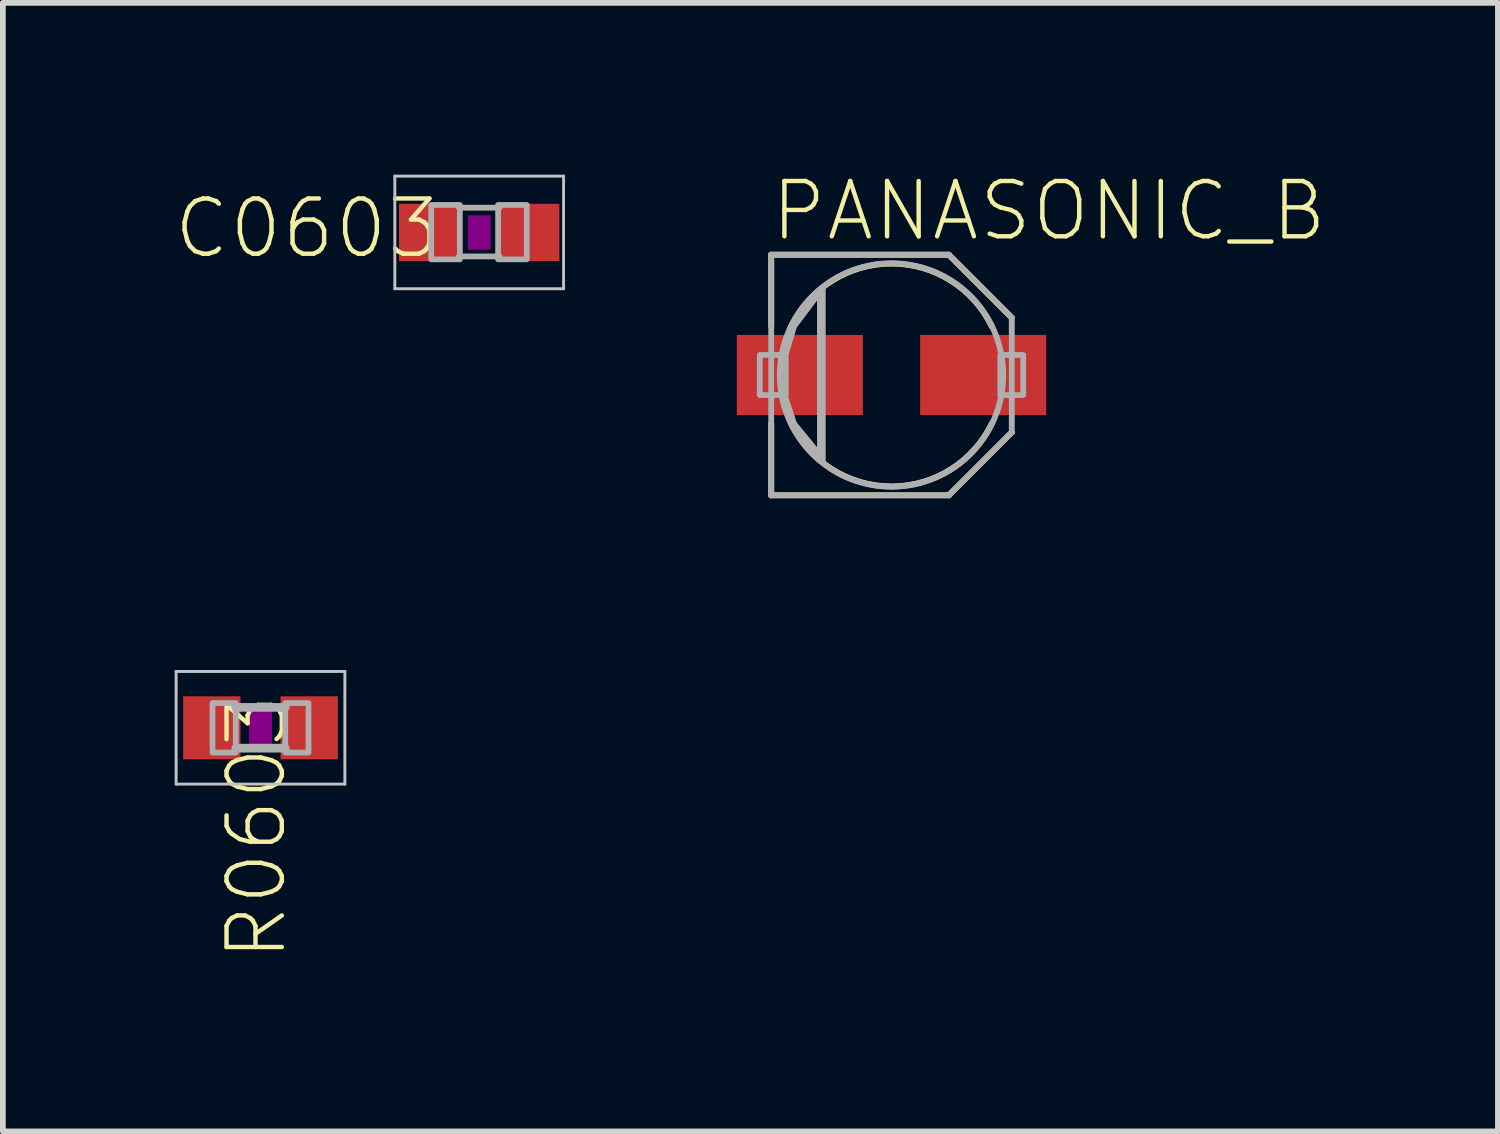
<source format=kicad_pcb>
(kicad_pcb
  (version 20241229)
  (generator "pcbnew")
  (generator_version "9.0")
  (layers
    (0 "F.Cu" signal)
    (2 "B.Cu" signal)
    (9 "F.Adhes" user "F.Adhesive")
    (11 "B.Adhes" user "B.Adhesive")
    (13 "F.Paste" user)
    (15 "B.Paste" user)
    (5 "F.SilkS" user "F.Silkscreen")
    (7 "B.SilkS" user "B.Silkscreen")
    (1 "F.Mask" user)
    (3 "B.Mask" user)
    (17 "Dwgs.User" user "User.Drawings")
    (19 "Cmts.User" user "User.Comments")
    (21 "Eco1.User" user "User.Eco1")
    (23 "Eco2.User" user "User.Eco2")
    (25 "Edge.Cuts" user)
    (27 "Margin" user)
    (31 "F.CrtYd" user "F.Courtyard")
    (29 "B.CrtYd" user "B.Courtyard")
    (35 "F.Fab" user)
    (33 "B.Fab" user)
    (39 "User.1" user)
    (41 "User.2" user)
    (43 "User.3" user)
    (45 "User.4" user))
  (footprint "PANASONIC_B"
    (layer "F.Cu")
    (at 12.514 3.497)
    (property "Reference" "PANASONIC_B" (at -2.15 -2.3 0) (layer "F.SilkS") (effects (font (size 0.965 0.965) (thickness 0.077)) (justify left bottom)))
    (attr through_hole)
    (fp_line (start -2.1 -2.1) (end 1 -2.1) (stroke (width 0.102) (type solid)) (layer "F.SilkS"))
    (fp_line (start -2.1 -0.85) (end -2.1 -2.1) (stroke (width 0.102) (type solid)) (layer "F.SilkS"))
    (fp_line (start -2.1 2.1) (end -2.1 0.85) (stroke (width 0.102) (type solid)) (layer "F.SilkS"))
    (fp_line (start 1 -2.1) (end 2.1 -1) (stroke (width 0.102) (type solid)) (layer "F.SilkS"))
    (fp_line (start 1 2.1) (end -2.1 2.1) (stroke (width 0.102) (type solid)) (layer "F.SilkS"))
    (fp_line (start 2.1 1) (end 1 2.1) (stroke (width 0.102) (type solid)) (layer "F.SilkS"))
    (fp_arc (start -1.75 -0.85) (mid 0 -1.945508) (end 1.75 -0.85) (stroke (width 0.1016) (type solid)) (layer "F.SilkS"))
    (fp_arc (start 1.75 0.85) (mid 0 1.945508) (end -1.75 0.85) (stroke (width 0.1016) (type solid)) (layer "F.SilkS"))
    (fp_line (start -2.1 -2.1) (end 1 -2.1) (stroke (width 0.102) (type solid)) (layer "F.Fab"))
    (fp_line (start -2.1 2.1) (end -2.1 -2.1) (stroke (width 0.102) (type solid)) (layer "F.Fab"))
    (fp_line (start -1.2 -1.5) (end -1.2 1.5) (stroke (width 0.102) (type solid)) (layer "F.Fab"))
    (fp_line (start 1 -2.1) (end 2.1 -1) (stroke (width 0.102) (type solid)) (layer "F.Fab"))
    (fp_line (start 1 2.1) (end -2.1 2.1) (stroke (width 0.102) (type solid)) (layer "F.Fab"))
    (fp_line (start 2.1 -1) (end 2.1 1) (stroke (width 0.102) (type solid)) (layer "F.Fab"))
    (fp_line (start 2.1 1) (end 1 2.1) (stroke (width 0.102) (type solid)) (layer "F.Fab"))
    (fp_circle (center 0 0) (end 1.95 0) (stroke (width 0.102) (type solid)) (fill no) (layer "F.Fab"))
    (fp_poly (pts (xy -2.3 0.35) (xy -1.85 0.35) (xy -1.85 -0.35) (xy -2.3 -0.35)) (stroke (width 0.1) (type solid)) (fill no) (layer "F.Fab"))
    (fp_poly (pts (xy 1.9 0.35) (xy 2.3 0.35) (xy 2.3 -0.35) (xy 1.9 -0.35)) (stroke (width 0.1) (type solid)) (fill no) (layer "F.Fab"))
    (fp_poly (pts (xy -1.25 -1.45) (xy -1.7 -0.85) (xy -1.85 -0.35) (xy -1.85 0.4) (xy -1.7 0.85) (xy -1.25 1.4) (xy -1.25 -1.4)) (stroke (width 0.1) (type solid)) (fill no) (layer "F.Fab"))
    (pad "+" smd rect (at 1.6 0) (size 2.2 1.4) (layers "F.Cu" "F.Mask" "F.Paste"))
    (pad "-" smd rect (at -1.6 0) (size 2.2 1.4) (layers "F.Cu" "F.Mask" "F.Paste")))
  (footprint "R0603"
    (layer "F.Cu")
    (at 1.498 9.656)
    (property "Reference" "R0603" (at -0.635 -0.635 90) (layer "F.SilkS") (effects (font (size 0.965 0.965) (thickness 0.077)) (justify right top)))
    (attr through_hole)
    (fp_poly (pts (xy -0.2 0.4) (xy 0.2 0.4) (xy 0.2 -0.4) (xy -0.2 -0.4)) (stroke (width 0) (type solid)) (fill yes) (layer "F.Adhes"))
    (fp_line (start -1.473 -0.983) (end 1.473 -0.983) (stroke (width 0.051) (type solid)) (layer "Dwgs.User"))
    (fp_line (start -1.473 0.983) (end -1.473 -0.983) (stroke (width 0.051) (type solid)) (layer "Dwgs.User"))
    (fp_line (start 1.473 -0.983) (end 1.473 0.983) (stroke (width 0.051) (type solid)) (layer "Dwgs.User"))
    (fp_line (start 1.473 0.983) (end -1.473 0.983) (stroke (width 0.051) (type solid)) (layer "Dwgs.User"))
    (fp_line (start -0.432 0.356) (end 0.432 0.356) (stroke (width 0.152) (type solid)) (layer "F.Fab"))
    (fp_line (start 0.432 -0.356) (end -0.432 -0.356) (stroke (width 0.152) (type solid)) (layer "F.Fab"))
    (fp_poly (pts (xy -0.838 0.432) (xy -0.432 0.432) (xy -0.432 -0.432) (xy -0.838 -0.432)) (stroke (width 0.1) (type solid)) (fill no) (layer "F.Fab"))
    (fp_poly (pts (xy 0.432 0.432) (xy 0.838 0.432) (xy 0.838 -0.432) (xy 0.432 -0.432)) (stroke (width 0.1) (type solid)) (fill no) (layer "F.Fab"))
    (pad "1" smd rect (at -0.85 0) (size 1 1.1) (layers "F.Cu" "F.Mask" "F.Paste"))
    (pad "2" smd rect (at 0.85 0) (size 1 1.1) (layers "F.Cu" "F.Mask" "F.Paste")))
  (footprint "C0603"
    (layer "F.Cu")
    (at 5.316 1.008)
    (property "Reference" "C0603" (at -0.635 -0.635 0) (layer "F.SilkS") (effects (font (size 0.965 0.965) (thickness 0.077)) (justify right top)))
    (attr through_hole)
    (fp_poly (pts (xy -0.2 0.3) (xy 0.2 0.3) (xy 0.2 -0.3) (xy -0.2 -0.3)) (stroke (width 0) (type solid)) (fill yes) (layer "F.Adhes"))
    (fp_line (start -1.473 -0.983) (end 1.473 -0.983) (stroke (width 0.051) (type solid)) (layer "Dwgs.User"))
    (fp_line (start -1.473 0.983) (end -1.473 -0.983) (stroke (width 0.051) (type solid)) (layer "Dwgs.User"))
    (fp_line (start 1.473 -0.983) (end 1.473 0.983) (stroke (width 0.051) (type solid)) (layer "Dwgs.User"))
    (fp_line (start 1.473 0.983) (end -1.473 0.983) (stroke (width 0.051) (type solid)) (layer "Dwgs.User"))
    (fp_line (start -0.356 -0.432) (end 0.356 -0.432) (stroke (width 0.102) (type solid)) (layer "F.Fab"))
    (fp_line (start -0.356 0.419) (end 0.356 0.419) (stroke (width 0.102) (type solid)) (layer "F.Fab"))
    (fp_poly (pts (xy -0.838 0.47) (xy -0.338 0.47) (xy -0.338 -0.48) (xy -0.838 -0.48)) (stroke (width 0.1) (type solid)) (fill no) (layer "F.Fab"))
    (fp_poly (pts (xy 0.33 0.47) (xy 0.83 0.47) (xy 0.83 -0.48) (xy 0.33 -0.48)) (stroke (width 0.1) (type solid)) (fill no) (layer "F.Fab"))
    (pad "1" smd rect (at -0.85 0) (size 1.1 1) (layers "F.Cu" "F.Mask" "F.Paste"))
    (pad "2" smd rect (at 0.85 0) (size 1.1 1) (layers "F.Cu" "F.Mask" "F.Paste")))
  (gr_rect
    (start -3 -3)
    (end 23.101 16.702)
    (stroke (width 0.1) (type default))
    (fill no)
    (layer "Edge.Cuts")))
</source>
